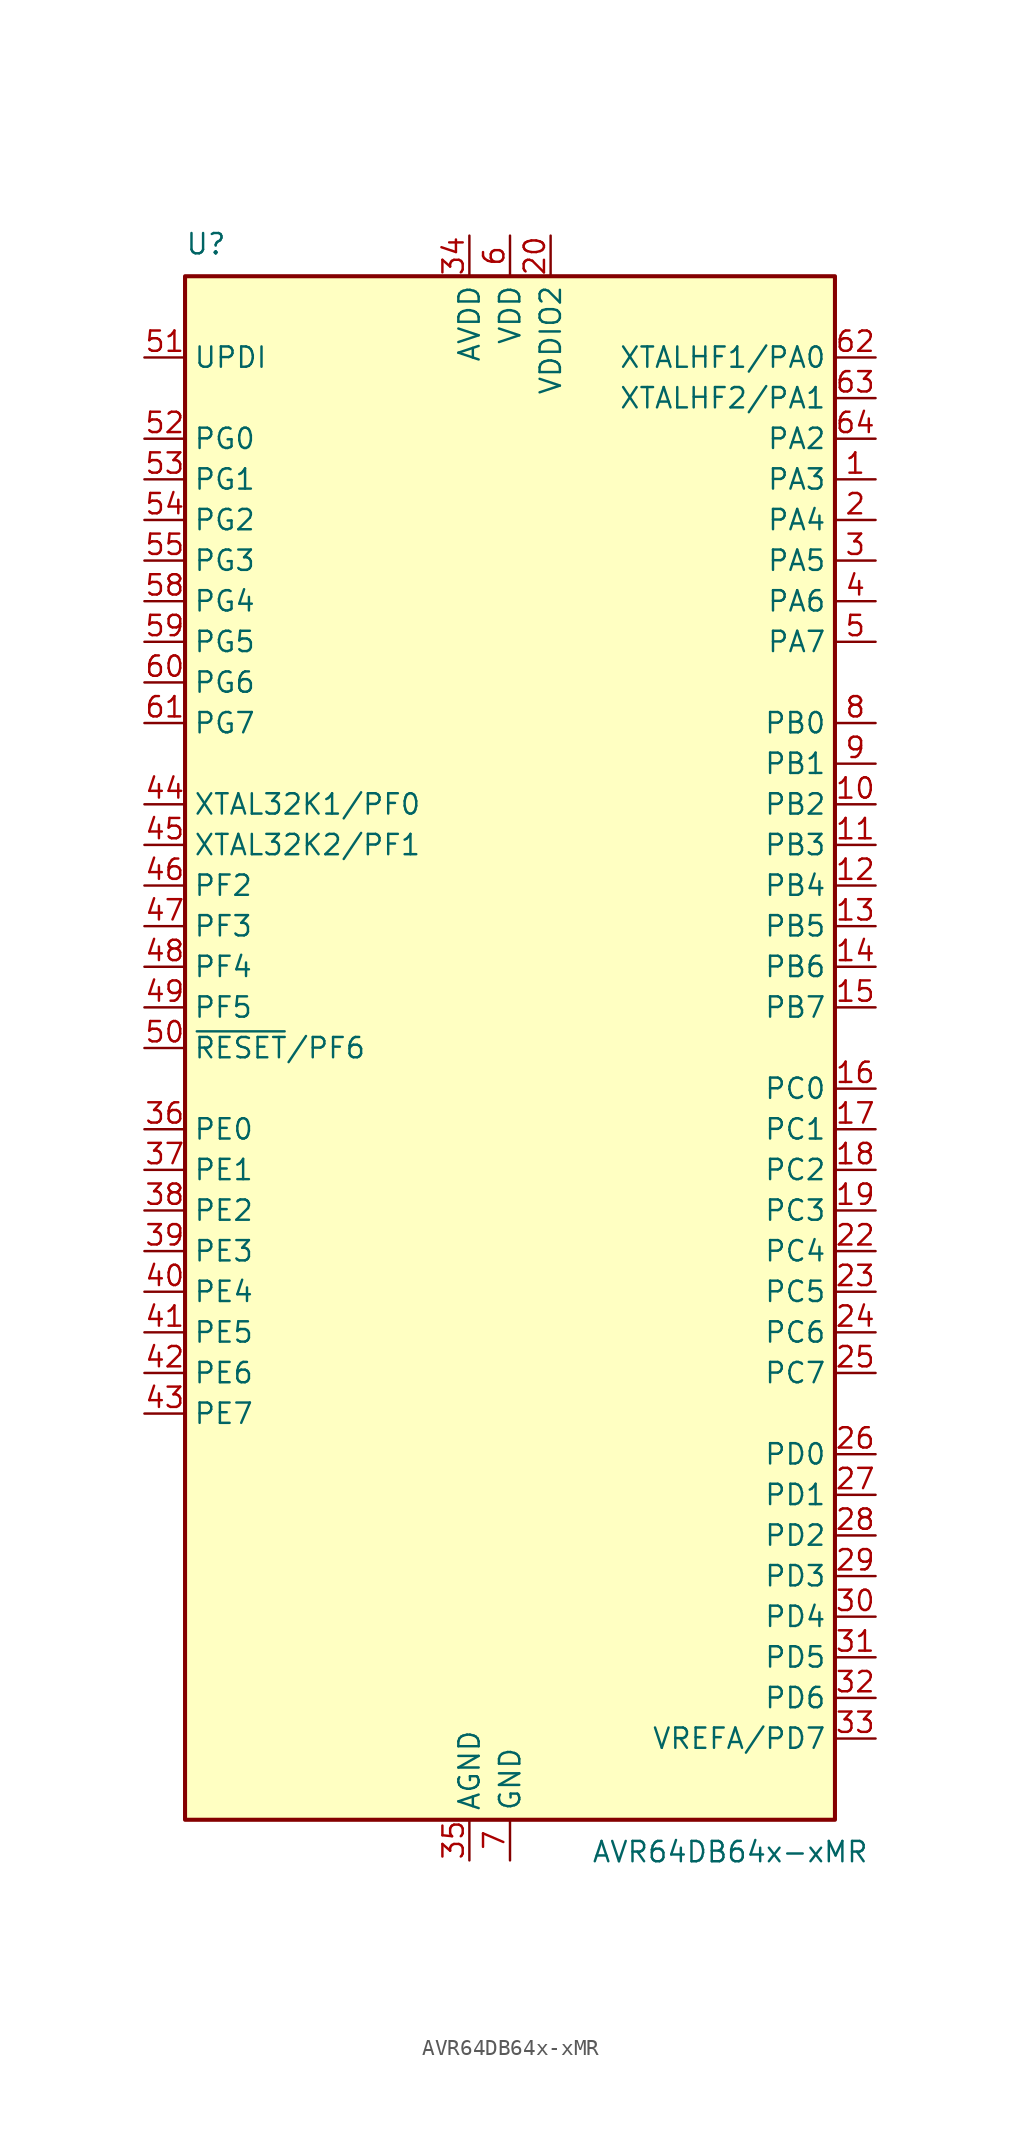
<source format=kicad_sym>
(kicad_symbol_lib
  (version 20220914)
  (generator kicad_symbol_editor)
  (symbol "AVR64DB64x-xMR"
    (property "Reference" "U"
      (at -20.32 49.53 0)
      (effects (font (size 1.27 1.27)) (justify left bottom)))
    (property "Value" "AVR64DB64x-xMR"
      (at 5.08 -49.53 0)
      (effects (font (size 1.27 1.27)) (justify left top)))
    (symbol "AVR64DB64x-xMR_0_1"
      (rectangle (start -20.32 48.26) (end 20.32 -48.26) (stroke (width 0.254) (type default)) (fill (type background))))
    (symbol "AVR64DB64x-xMR_1_1"
      (pin bidirectional line (at 22.86 35.56 180) (length 2.54) (name "PA3" (effects (font (size 1.27 1.27)))) (number "1" (effects (font (size 1.27 1.27)))))
      (pin bidirectional line (at 22.86 15.24 180) (length 2.54) (name "PB2" (effects (font (size 1.27 1.27)))) (number "10" (effects (font (size 1.27 1.27)))))
      (pin bidirectional line (at 22.86 12.7 180) (length 2.54) (name "PB3" (effects (font (size 1.27 1.27)))) (number "11" (effects (font (size 1.27 1.27)))))
      (pin bidirectional line (at 22.86 10.16 180) (length 2.54) (name "PB4" (effects (font (size 1.27 1.27)))) (number "12" (effects (font (size 1.27 1.27)))))
      (pin bidirectional line (at 22.86 7.62 180) (length 2.54) (name "PB5" (effects (font (size 1.27 1.27)))) (number "13" (effects (font (size 1.27 1.27)))))
      (pin bidirectional line (at 22.86 5.08 180) (length 2.54) (name "PB6" (effects (font (size 1.27 1.27)))) (number "14" (effects (font (size 1.27 1.27)))))
      (pin bidirectional line (at 22.86 2.54 180) (length 2.54) (name "PB7" (effects (font (size 1.27 1.27)))) (number "15" (effects (font (size 1.27 1.27)))))
      (pin bidirectional line (at 22.86 -2.54 180) (length 2.54) (name "PC0" (effects (font (size 1.27 1.27)))) (number "16" (effects (font (size 1.27 1.27)))))
      (pin bidirectional line (at 22.86 -5.08 180) (length 2.54) (name "PC1" (effects (font (size 1.27 1.27)))) (number "17" (effects (font (size 1.27 1.27)))))
      (pin bidirectional line (at 22.86 -7.62 180) (length 2.54) (name "PC2" (effects (font (size 1.27 1.27)))) (number "18" (effects (font (size 1.27 1.27)))))
      (pin bidirectional line (at 22.86 -10.16 180) (length 2.54) (name "PC3" (effects (font (size 1.27 1.27)))) (number "19" (effects (font (size 1.27 1.27)))))
      (pin bidirectional line (at 22.86 33.02 180) (length 2.54) (name "PA4" (effects (font (size 1.27 1.27)))) (number "2" (effects (font (size 1.27 1.27)))))
      (pin power_in line (at 2.54 50.8 270) (length 2.54) (name "VDDIO2" (effects (font (size 1.27 1.27)))) (number "20" (effects (font (size 1.27 1.27)))))
      (pin passive line (at 0 -50.8 90) (length 2.54) hide (name "GND" (effects (font (size 1.27 1.27)))) (number "21" (effects (font (size 1.27 1.27)))))
      (pin bidirectional line (at 22.86 -12.7 180) (length 2.54) (name "PC4" (effects (font (size 1.27 1.27)))) (number "22" (effects (font (size 1.27 1.27)))))
      (pin bidirectional line (at 22.86 -15.24 180) (length 2.54) (name "PC5" (effects (font (size 1.27 1.27)))) (number "23" (effects (font (size 1.27 1.27)))))
      (pin bidirectional line (at 22.86 -17.78 180) (length 2.54) (name "PC6" (effects (font (size 1.27 1.27)))) (number "24" (effects (font (size 1.27 1.27)))))
      (pin bidirectional line (at 22.86 -20.32 180) (length 2.54) (name "PC7" (effects (font (size 1.27 1.27)))) (number "25" (effects (font (size 1.27 1.27)))))
      (pin bidirectional line (at 22.86 -25.4 180) (length 2.54) (name "PD0" (effects (font (size 1.27 1.27)))) (number "26" (effects (font (size 1.27 1.27)))))
      (pin bidirectional line (at 22.86 -27.94 180) (length 2.54) (name "PD1" (effects (font (size 1.27 1.27)))) (number "27" (effects (font (size 1.27 1.27)))))
      (pin bidirectional line (at 22.86 -30.48 180) (length 2.54) (name "PD2" (effects (font (size 1.27 1.27)))) (number "28" (effects (font (size 1.27 1.27)))))
      (pin bidirectional line (at 22.86 -33.02 180) (length 2.54) (name "PD3" (effects (font (size 1.27 1.27)))) (number "29" (effects (font (size 1.27 1.27)))))
      (pin bidirectional line (at 22.86 30.48 180) (length 2.54) (name "PA5" (effects (font (size 1.27 1.27)))) (number "3" (effects (font (size 1.27 1.27)))))
      (pin bidirectional line (at 22.86 -35.56 180) (length 2.54) (name "PD4" (effects (font (size 1.27 1.27)))) (number "30" (effects (font (size 1.27 1.27)))))
      (pin bidirectional line (at 22.86 -38.1 180) (length 2.54) (name "PD5" (effects (font (size 1.27 1.27)))) (number "31" (effects (font (size 1.27 1.27)))))
      (pin bidirectional line (at 22.86 -40.64 180) (length 2.54) (name "PD6" (effects (font (size 1.27 1.27)))) (number "32" (effects (font (size 1.27 1.27)))))
      (pin bidirectional line (at 22.86 -43.18 180) (length 2.54) (name "VREFA/PD7" (effects (font (size 1.27 1.27)))) (number "33" (effects (font (size 1.27 1.27)))))
      (pin power_in line (at -2.54 50.8 270) (length 2.54) (name "AVDD" (effects (font (size 1.27 1.27)))) (number "34" (effects (font (size 1.27 1.27)))))
      (pin power_in line (at -2.54 -50.8 90) (length 2.54) (name "AGND" (effects (font (size 1.27 1.27)))) (number "35" (effects (font (size 1.27 1.27)))))
      (pin bidirectional line (at -22.86 -5.08 0) (length 2.54) (name "PE0" (effects (font (size 1.27 1.27)))) (number "36" (effects (font (size 1.27 1.27)))))
      (pin bidirectional line (at -22.86 -7.62 0) (length 2.54) (name "PE1" (effects (font (size 1.27 1.27)))) (number "37" (effects (font (size 1.27 1.27)))))
      (pin bidirectional line (at -22.86 -10.16 0) (length 2.54) (name "PE2" (effects (font (size 1.27 1.27)))) (number "38" (effects (font (size 1.27 1.27)))))
      (pin bidirectional line (at -22.86 -12.7 0) (length 2.54) (name "PE3" (effects (font (size 1.27 1.27)))) (number "39" (effects (font (size 1.27 1.27)))))
      (pin bidirectional line (at 22.86 27.94 180) (length 2.54) (name "PA6" (effects (font (size 1.27 1.27)))) (number "4" (effects (font (size 1.27 1.27)))))
      (pin bidirectional line (at -22.86 -15.24 0) (length 2.54) (name "PE4" (effects (font (size 1.27 1.27)))) (number "40" (effects (font (size 1.27 1.27)))))
      (pin bidirectional line (at -22.86 -17.78 0) (length 2.54) (name "PE5" (effects (font (size 1.27 1.27)))) (number "41" (effects (font (size 1.27 1.27)))))
      (pin bidirectional line (at -22.86 -20.32 0) (length 2.54) (name "PE6" (effects (font (size 1.27 1.27)))) (number "42" (effects (font (size 1.27 1.27)))))
      (pin bidirectional line (at -22.86 -22.86 0) (length 2.54) (name "PE7" (effects (font (size 1.27 1.27)))) (number "43" (effects (font (size 1.27 1.27)))))
      (pin bidirectional line (at -22.86 15.24 0) (length 2.54) (name "XTAL32K1/PF0" (effects (font (size 1.27 1.27)))) (number "44" (effects (font (size 1.27 1.27)))))
      (pin bidirectional line (at -22.86 12.7 0) (length 2.54) (name "XTAL32K2/PF1" (effects (font (size 1.27 1.27)))) (number "45" (effects (font (size 1.27 1.27)))))
      (pin bidirectional line (at -22.86 10.16 0) (length 2.54) (name "PF2" (effects (font (size 1.27 1.27)))) (number "46" (effects (font (size 1.27 1.27)))))
      (pin bidirectional line (at -22.86 7.62 0) (length 2.54) (name "PF3" (effects (font (size 1.27 1.27)))) (number "47" (effects (font (size 1.27 1.27)))))
      (pin bidirectional line (at -22.86 5.08 0) (length 2.54) (name "PF4" (effects (font (size 1.27 1.27)))) (number "48" (effects (font (size 1.27 1.27)))))
      (pin bidirectional line (at -22.86 2.54 0) (length 2.54) (name "PF5" (effects (font (size 1.27 1.27)))) (number "49" (effects (font (size 1.27 1.27)))))
      (pin bidirectional line (at 22.86 25.4 180) (length 2.54) (name "PA7" (effects (font (size 1.27 1.27)))) (number "5" (effects (font (size 1.27 1.27)))))
      (pin bidirectional line (at -22.86 0 0) (length 2.54) (name "~{RESET}/PF6" (effects (font (size 1.27 1.27)))) (number "50" (effects (font (size 1.27 1.27)))))
      (pin input line (at -22.86 43.18 0) (length 2.54) (name "UPDI" (effects (font (size 1.27 1.27)))) (number "51" (effects (font (size 1.27 1.27)))))
      (pin bidirectional line (at -22.86 38.1 0) (length 2.54) (name "PG0" (effects (font (size 1.27 1.27)))) (number "52" (effects (font (size 1.27 1.27)))))
      (pin bidirectional line (at -22.86 35.56 0) (length 2.54) (name "PG1" (effects (font (size 1.27 1.27)))) (number "53" (effects (font (size 1.27 1.27)))))
      (pin bidirectional line (at -22.86 33.02 0) (length 2.54) (name "PG2" (effects (font (size 1.27 1.27)))) (number "54" (effects (font (size 1.27 1.27)))))
      (pin bidirectional line (at -22.86 30.48 0) (length 2.54) (name "PG3" (effects (font (size 1.27 1.27)))) (number "55" (effects (font (size 1.27 1.27)))))
      (pin passive line (at 0 50.8 270) (length 2.54) hide (name "VDD" (effects (font (size 1.27 1.27)))) (number "56" (effects (font (size 1.27 1.27)))))
      (pin passive line (at 0 -50.8 90) (length 2.54) hide (name "GND" (effects (font (size 1.27 1.27)))) (number "57" (effects (font (size 1.27 1.27)))))
      (pin bidirectional line (at -22.86 27.94 0) (length 2.54) (name "PG4" (effects (font (size 1.27 1.27)))) (number "58" (effects (font (size 1.27 1.27)))))
      (pin bidirectional line (at -22.86 25.4 0) (length 2.54) (name "PG5" (effects (font (size 1.27 1.27)))) (number "59" (effects (font (size 1.27 1.27)))))
      (pin power_in line (at 0 50.8 270) (length 2.54) (name "VDD" (effects (font (size 1.27 1.27)))) (number "6" (effects (font (size 1.27 1.27)))))
      (pin bidirectional line (at -22.86 22.86 0) (length 2.54) (name "PG6" (effects (font (size 1.27 1.27)))) (number "60" (effects (font (size 1.27 1.27)))))
      (pin bidirectional line (at -22.86 20.32 0) (length 2.54) (name "PG7" (effects (font (size 1.27 1.27)))) (number "61" (effects (font (size 1.27 1.27)))))
      (pin bidirectional line (at 22.86 43.18 180) (length 2.54) (name "XTALHF1/PA0" (effects (font (size 1.27 1.27)))) (number "62" (effects (font (size 1.27 1.27)))))
      (pin bidirectional line (at 22.86 40.64 180) (length 2.54) (name "XTALHF2/PA1" (effects (font (size 1.27 1.27)))) (number "63" (effects (font (size 1.27 1.27)))))
      (pin bidirectional line (at 22.86 38.1 180) (length 2.54) (name "PA2" (effects (font (size 1.27 1.27)))) (number "64" (effects (font (size 1.27 1.27)))))
      (pin passive line (at 0 -50.8 90) (length 2.54) hide (name "GND" (effects (font (size 1.27 1.27)))) (number "65" (effects (font (size 1.27 1.27)))))
      (pin power_in line (at 0 -50.8 90) (length 2.54) (name "GND" (effects (font (size 1.27 1.27)))) (number "7" (effects (font (size 1.27 1.27)))))
      (pin bidirectional line (at 22.86 20.32 180) (length 2.54) (name "PB0" (effects (font (size 1.27 1.27)))) (number "8" (effects (font (size 1.27 1.27)))))
      (pin bidirectional line (at 22.86 17.78 180) (length 2.54) (name "PB1" (effects (font (size 1.27 1.27)))) (number "9" (effects (font (size 1.27 1.27))))))))
</source>
